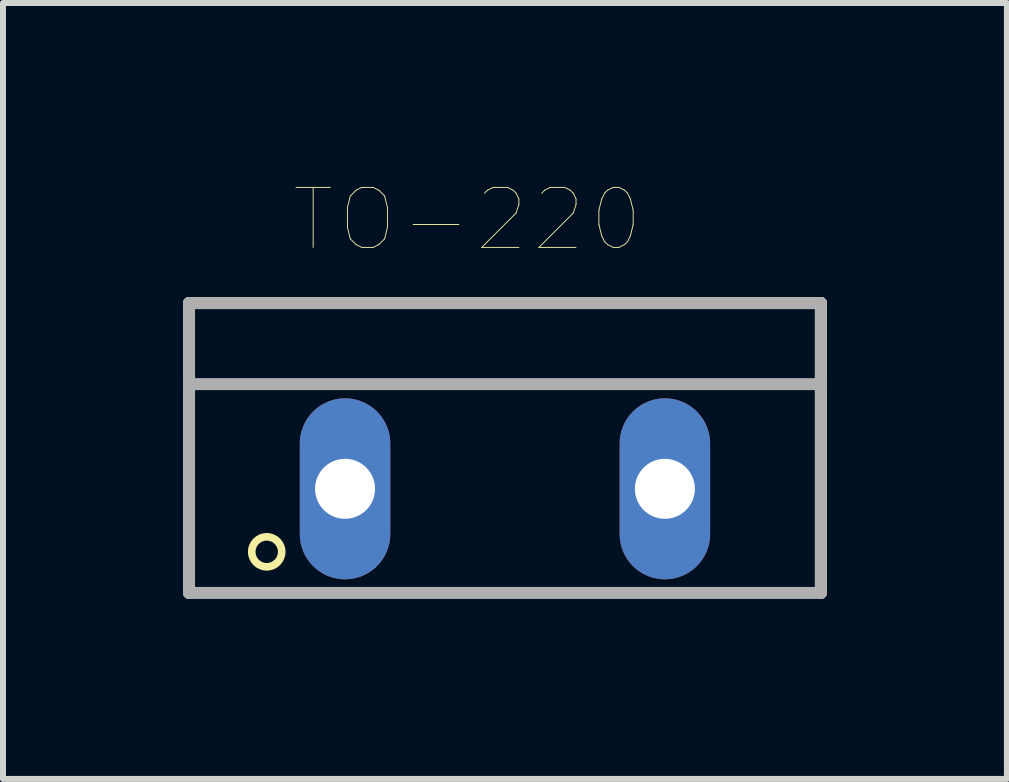
<source format=kicad_pcb>
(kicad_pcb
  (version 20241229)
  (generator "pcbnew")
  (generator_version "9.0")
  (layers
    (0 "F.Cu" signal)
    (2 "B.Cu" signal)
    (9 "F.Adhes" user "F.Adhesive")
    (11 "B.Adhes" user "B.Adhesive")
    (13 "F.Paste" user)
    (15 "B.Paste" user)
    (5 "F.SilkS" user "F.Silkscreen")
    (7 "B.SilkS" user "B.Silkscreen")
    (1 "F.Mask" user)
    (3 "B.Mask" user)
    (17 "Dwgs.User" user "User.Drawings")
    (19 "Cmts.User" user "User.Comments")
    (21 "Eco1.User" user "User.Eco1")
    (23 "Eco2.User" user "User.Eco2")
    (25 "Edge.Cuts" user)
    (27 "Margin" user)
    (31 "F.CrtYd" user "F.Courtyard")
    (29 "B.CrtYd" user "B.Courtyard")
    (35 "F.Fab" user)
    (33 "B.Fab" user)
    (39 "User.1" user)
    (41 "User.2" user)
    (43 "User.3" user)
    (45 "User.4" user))
  (footprint "TO-220"
    (layer "F.Cu")
    (at 5.365 5.096)
    (property "Reference" "TO-220" (at -0.625 -4.485 0) (layer "F.SilkS") (effects (font (size 1 1) (thickness 0.015))))
    (attr through_hole)
    (fp_line (start -5.265 -3.095) (end 5.265 -3.095) (stroke (width 0.2) (type solid)) (layer "F.SilkS"))
    (fp_line (start -5.265 1.735) (end -5.265 -3.095) (stroke (width 0.2) (type solid)) (layer "F.SilkS"))
    (fp_line (start 5.265 1.735) (end 5.265 -3.095) (stroke (width 0.2) (type solid)) (layer "F.SilkS"))
    (fp_circle (center -3.97 1.05) (end -3.72 1.05) (stroke (width 0.127) (type solid)) (fill no) (layer "F.SilkS"))
    (fp_line (start -5.265 -3.095) (end -5.265 -1.745) (stroke (width 0.2) (type solid)) (layer "F.Fab"))
    (fp_line (start -5.265 -1.745) (end -5.265 1.735) (stroke (width 0.2) (type solid)) (layer "F.Fab"))
    (fp_line (start -5.265 -1.745) (end 5.265 -1.745) (stroke (width 0.2) (type solid)) (layer "F.Fab"))
    (fp_line (start -5.265 1.735) (end 5.265 1.735) (stroke (width 0.2) (type solid)) (layer "F.Fab"))
    (fp_line (start 5.265 -3.095) (end -5.265 -3.095) (stroke (width 0.2) (type solid)) (layer "F.Fab"))
    (fp_line (start 5.265 -1.745) (end 5.265 -3.095) (stroke (width 0.2) (type solid)) (layer "F.Fab"))
    (fp_line (start 5.265 1.735) (end 5.265 -1.745) (stroke (width 0.2) (type solid)) (layer "F.Fab"))
    (pad "1" thru_hole oval (at 2.665 0) (size 1.508 3.016) (drill 1) (layers "*.Cu" "*.Mask"))
    (pad "2" thru_hole oval (at -2.665 0) (size 1.508 3.016) (drill 1) (layers "*.Cu" "*.Mask")))
  (gr_rect
    (start -3 -3)
    (end 13.73 9.931)
    (stroke (width 0.1) (type default))
    (fill no)
    (layer "Edge.Cuts")))
</source>
